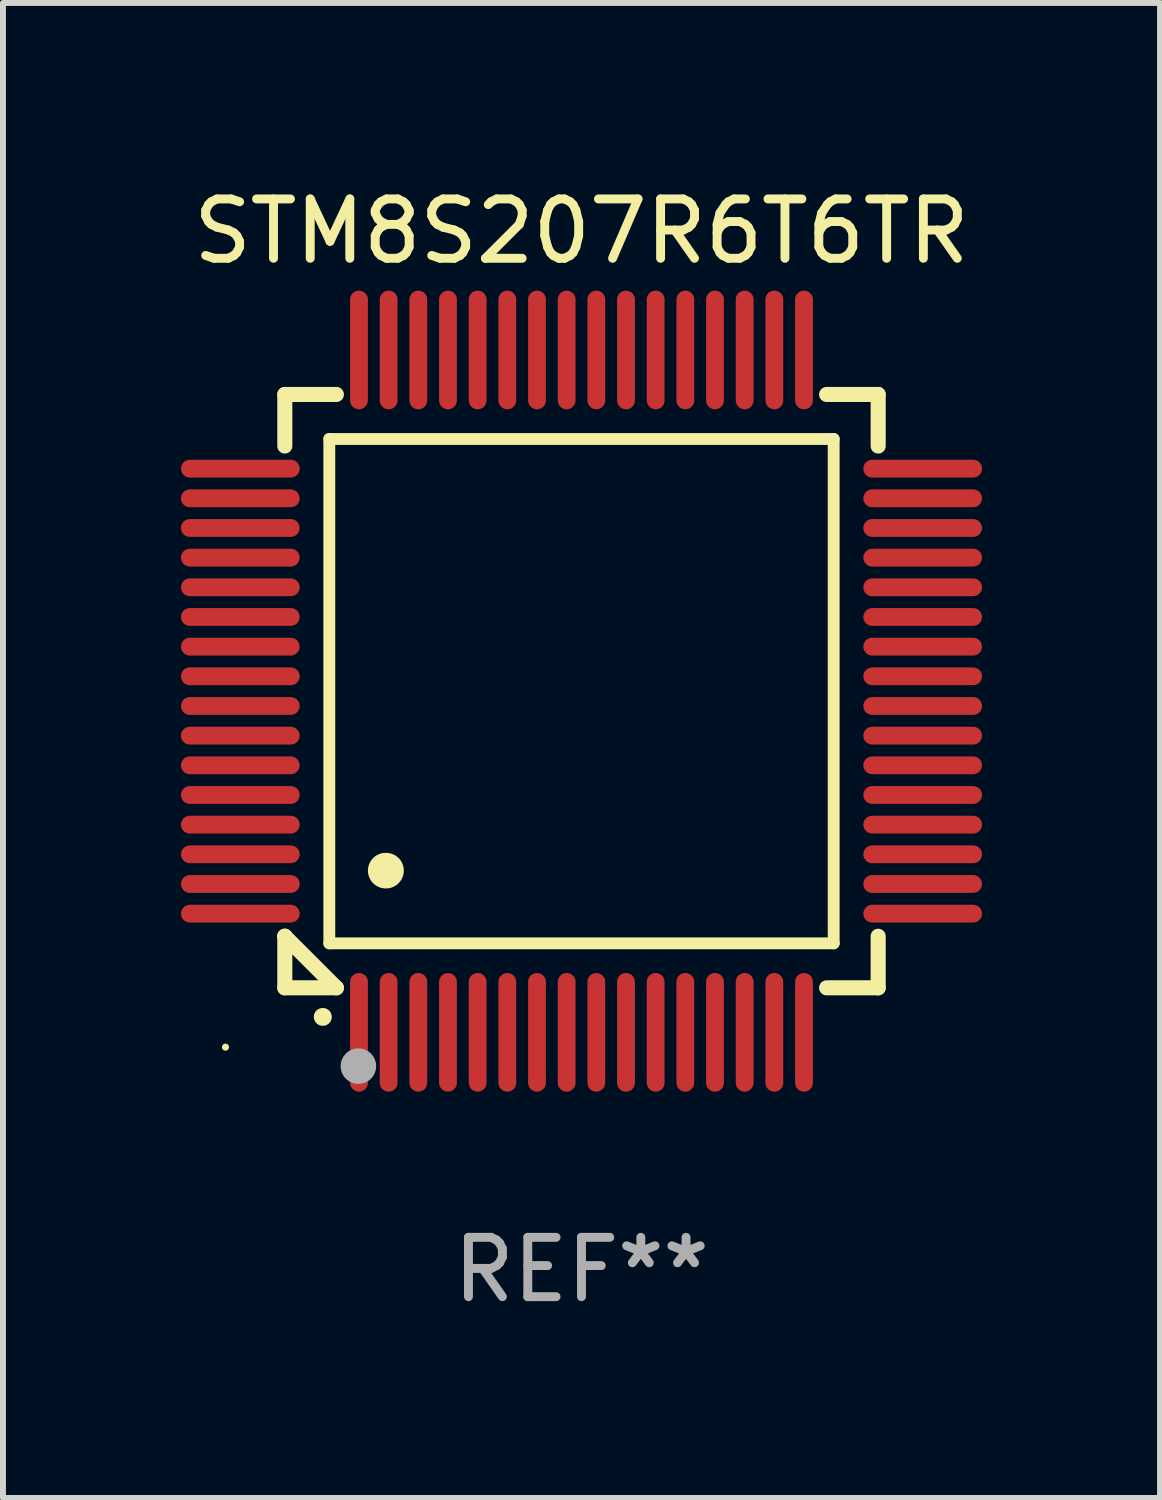
<source format=kicad_pcb>
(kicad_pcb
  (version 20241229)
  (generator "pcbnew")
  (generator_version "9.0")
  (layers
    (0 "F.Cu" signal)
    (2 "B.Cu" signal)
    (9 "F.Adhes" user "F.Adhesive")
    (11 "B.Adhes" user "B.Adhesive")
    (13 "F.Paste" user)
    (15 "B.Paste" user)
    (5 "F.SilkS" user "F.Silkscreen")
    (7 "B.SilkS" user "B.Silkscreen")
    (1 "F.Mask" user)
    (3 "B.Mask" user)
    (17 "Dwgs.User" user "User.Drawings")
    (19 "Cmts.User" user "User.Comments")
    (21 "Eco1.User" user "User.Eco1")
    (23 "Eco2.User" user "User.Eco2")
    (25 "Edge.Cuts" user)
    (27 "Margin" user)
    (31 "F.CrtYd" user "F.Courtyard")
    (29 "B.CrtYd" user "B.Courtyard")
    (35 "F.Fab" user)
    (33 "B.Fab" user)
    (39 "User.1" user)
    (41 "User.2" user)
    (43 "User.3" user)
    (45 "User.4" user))
  (footprint "STM8S207R6T6TR"
    (layer "F.Cu")
    (at 6.75 8.598)
    (property "Reference" "STM8S207R6T6TR" (at 0 -7.75 0) (layer "F.SilkS") (effects (font (size 1 1) (thickness 0.15))))
    (attr through_hole)
    (fp_line (start -5 -5) (end -4.131 -5) (stroke (width 0.254) (type solid)) (layer "F.SilkS"))
    (fp_line (start -5 -4.131) (end -5 -5) (stroke (width 0.254) (type solid)) (layer "F.SilkS"))
    (fp_line (start -5 4.131) (end -5 4.131) (stroke (width 0.254) (type solid)) (layer "F.SilkS"))
    (fp_line (start -5 5) (end -5 4.131) (stroke (width 0.254) (type solid)) (layer "F.SilkS"))
    (fp_line (start -5 4.131) (end -4.131 5) (stroke (width 0.254) (type solid)) (layer "F.SilkS"))
    (fp_line (start -4.25 -4.25) (end -4.25 4.25) (stroke (width 0.2) (type solid)) (layer "F.SilkS"))
    (fp_line (start -4.25 4.25) (end 4.25 4.25) (stroke (width 0.2) (type solid)) (layer "F.SilkS"))
    (fp_line (start -4.131 5) (end -5 5) (stroke (width 0.254) (type solid)) (layer "F.SilkS"))
    (fp_line (start 4.25 -4.25) (end -4.25 -4.25) (stroke (width 0.2) (type solid)) (layer "F.SilkS"))
    (fp_line (start 4.25 4.25) (end 4.25 -4.25) (stroke (width 0.2) (type solid)) (layer "F.SilkS"))
    (fp_line (start 5 -5) (end 4.131 -5) (stroke (width 0.254) (type solid)) (layer "F.SilkS"))
    (fp_line (start 5 -5) (end 5 -4.131) (stroke (width 0.254) (type solid)) (layer "F.SilkS"))
    (fp_line (start 5 4.131) (end 5 5) (stroke (width 0.254) (type solid)) (layer "F.SilkS"))
    (fp_line (start 5 5) (end 4.131 5) (stroke (width 0.254) (type solid)) (layer "F.SilkS"))
    (fp_arc (start -4.361265 5.489992) (mid -4.359995 5.489987) (end -4.358725 5.489992) (stroke (width 0.3) (type solid)) (layer "F.SilkS"))
    (fp_arc (start -3.299467 3.025146) (mid -3.296927 3.025135) (end -3.294387 3.025146) (stroke (width 0.6) (type solid)) (layer "F.SilkS"))
    (fp_circle (center -6 6) (end -5.97 6) (stroke (width 0.06) (type solid)) (fill no) (layer "F.SilkS"))
    (fp_circle (center -3.76 6.32) (end -3.61 6.32) (stroke (width 0.3) (type solid)) (fill no) (layer "F.Fab"))
    (fp_text user "REF**" (at 0 9.75 0) (layer "F.Fab") (effects (font (size 1 1) (thickness 0.15))))
    (pad "1" smd oval (at -3.75 5.75) (size 0.3 2) (layers "F.Cu" "F.Mask" "F.Paste"))
    (pad "2" smd oval (at -3.25 5.75) (size 0.3 2) (layers "F.Cu" "F.Mask" "F.Paste"))
    (pad "3" smd oval (at -2.75 5.75) (size 0.3 2) (layers "F.Cu" "F.Mask" "F.Paste"))
    (pad "4" smd oval (at -2.25 5.75) (size 0.3 2) (layers "F.Cu" "F.Mask" "F.Paste"))
    (pad "5" smd oval (at -1.75 5.75) (size 0.3 2) (layers "F.Cu" "F.Mask" "F.Paste"))
    (pad "6" smd oval (at -1.25 5.75) (size 0.3 2) (layers "F.Cu" "F.Mask" "F.Paste"))
    (pad "7" smd oval (at -0.75 5.75) (size 0.3 2) (layers "F.Cu" "F.Mask" "F.Paste"))
    (pad "8" smd oval (at -0.25 5.75) (size 0.3 2) (layers "F.Cu" "F.Mask" "F.Paste"))
    (pad "9" smd oval (at 0.25 5.75) (size 0.3 2) (layers "F.Cu" "F.Mask" "F.Paste"))
    (pad "10" smd oval (at 0.75 5.75) (size 0.3 2) (layers "F.Cu" "F.Mask" "F.Paste"))
    (pad "11" smd oval (at 1.25 5.75) (size 0.3 2) (layers "F.Cu" "F.Mask" "F.Paste"))
    (pad "12" smd oval (at 1.75 5.75) (size 0.3 2) (layers "F.Cu" "F.Mask" "F.Paste"))
    (pad "13" smd oval (at 2.25 5.75) (size 0.3 2) (layers "F.Cu" "F.Mask" "F.Paste"))
    (pad "14" smd oval (at 2.75 5.75) (size 0.3 2) (layers "F.Cu" "F.Mask" "F.Paste"))
    (pad "15" smd oval (at 3.25 5.75) (size 0.3 2) (layers "F.Cu" "F.Mask" "F.Paste"))
    (pad "16" smd oval (at 3.75 5.75) (size 0.3 2) (layers "F.Cu" "F.Mask" "F.Paste"))
    (pad "17" smd oval (at 5.75 3.75) (size 2 0.3) (layers "F.Cu" "F.Mask" "F.Paste"))
    (pad "18" smd oval (at 5.75 3.25) (size 2 0.3) (layers "F.Cu" "F.Mask" "F.Paste"))
    (pad "19" smd oval (at 5.75 2.75) (size 2 0.3) (layers "F.Cu" "F.Mask" "F.Paste"))
    (pad "20" smd oval (at 5.75 2.25) (size 2 0.3) (layers "F.Cu" "F.Mask" "F.Paste"))
    (pad "21" smd oval (at 5.75 1.75) (size 2 0.3) (layers "F.Cu" "F.Mask" "F.Paste"))
    (pad "22" smd oval (at 5.75 1.25) (size 2 0.3) (layers "F.Cu" "F.Mask" "F.Paste"))
    (pad "23" smd oval (at 5.75 0.75) (size 2 0.3) (layers "F.Cu" "F.Mask" "F.Paste"))
    (pad "24" smd oval (at 5.75 0.25) (size 2 0.3) (layers "F.Cu" "F.Mask" "F.Paste"))
    (pad "25" smd oval (at 5.75 -0.25) (size 2 0.3) (layers "F.Cu" "F.Mask" "F.Paste"))
    (pad "26" smd oval (at 5.75 -0.75) (size 2 0.3) (layers "F.Cu" "F.Mask" "F.Paste"))
    (pad "27" smd oval (at 5.75 -1.25) (size 2 0.3) (layers "F.Cu" "F.Mask" "F.Paste"))
    (pad "28" smd oval (at 5.75 -1.75) (size 2 0.3) (layers "F.Cu" "F.Mask" "F.Paste"))
    (pad "29" smd oval (at 5.75 -2.25) (size 2 0.3) (layers "F.Cu" "F.Mask" "F.Paste"))
    (pad "30" smd oval (at 5.75 -2.75) (size 2 0.3) (layers "F.Cu" "F.Mask" "F.Paste"))
    (pad "31" smd oval (at 5.75 -3.25) (size 2 0.3) (layers "F.Cu" "F.Mask" "F.Paste"))
    (pad "32" smd oval (at 5.75 -3.75) (size 2 0.3) (layers "F.Cu" "F.Mask" "F.Paste"))
    (pad "33" smd oval (at 3.75 -5.75) (size 0.3 2) (layers "F.Cu" "F.Mask" "F.Paste"))
    (pad "34" smd oval (at 3.25 -5.75) (size 0.3 2) (layers "F.Cu" "F.Mask" "F.Paste"))
    (pad "35" smd oval (at 2.75 -5.75) (size 0.3 2) (layers "F.Cu" "F.Mask" "F.Paste"))
    (pad "36" smd oval (at 2.25 -5.75) (size 0.3 2) (layers "F.Cu" "F.Mask" "F.Paste"))
    (pad "37" smd oval (at 1.75 -5.75) (size 0.3 2) (layers "F.Cu" "F.Mask" "F.Paste"))
    (pad "38" smd oval (at 1.25 -5.75) (size 0.3 2) (layers "F.Cu" "F.Mask" "F.Paste"))
    (pad "39" smd oval (at 0.75 -5.75) (size 0.3 2) (layers "F.Cu" "F.Mask" "F.Paste"))
    (pad "40" smd oval (at 0.25 -5.75) (size 0.3 2) (layers "F.Cu" "F.Mask" "F.Paste"))
    (pad "41" smd oval (at -0.25 -5.75) (size 0.3 2) (layers "F.Cu" "F.Mask" "F.Paste"))
    (pad "42" smd oval (at -0.75 -5.75) (size 0.3 2) (layers "F.Cu" "F.Mask" "F.Paste"))
    (pad "43" smd oval (at -1.25 -5.75) (size 0.3 2) (layers "F.Cu" "F.Mask" "F.Paste"))
    (pad "44" smd oval (at -1.75 -5.75) (size 0.3 2) (layers "F.Cu" "F.Mask" "F.Paste"))
    (pad "45" smd oval (at -2.25 -5.75) (size 0.3 2) (layers "F.Cu" "F.Mask" "F.Paste"))
    (pad "46" smd oval (at -2.75 -5.75) (size 0.3 2) (layers "F.Cu" "F.Mask" "F.Paste"))
    (pad "47" smd oval (at -3.25 -5.75) (size 0.3 2) (layers "F.Cu" "F.Mask" "F.Paste"))
    (pad "48" smd oval (at -3.75 -5.75) (size 0.3 2) (layers "F.Cu" "F.Mask" "F.Paste"))
    (pad "49" smd oval (at -5.75 -3.75) (size 2 0.3) (layers "F.Cu" "F.Mask" "F.Paste"))
    (pad "50" smd oval (at -5.75 -3.25) (size 2 0.3) (layers "F.Cu" "F.Mask" "F.Paste"))
    (pad "51" smd oval (at -5.75 -2.75) (size 2 0.3) (layers "F.Cu" "F.Mask" "F.Paste"))
    (pad "52" smd oval (at -5.75 -2.25) (size 2 0.3) (layers "F.Cu" "F.Mask" "F.Paste"))
    (pad "53" smd oval (at -5.75 -1.75) (size 2 0.3) (layers "F.Cu" "F.Mask" "F.Paste"))
    (pad "54" smd oval (at -5.75 -1.25) (size 2 0.3) (layers "F.Cu" "F.Mask" "F.Paste"))
    (pad "55" smd oval (at -5.75 -0.75) (size 2 0.3) (layers "F.Cu" "F.Mask" "F.Paste"))
    (pad "56" smd oval (at -5.75 -0.25) (size 2 0.3) (layers "F.Cu" "F.Mask" "F.Paste"))
    (pad "57" smd oval (at -5.75 0.25) (size 2 0.3) (layers "F.Cu" "F.Mask" "F.Paste"))
    (pad "58" smd oval (at -5.75 0.75) (size 2 0.3) (layers "F.Cu" "F.Mask" "F.Paste"))
    (pad "59" smd oval (at -5.75 1.25) (size 2 0.3) (layers "F.Cu" "F.Mask" "F.Paste"))
    (pad "60" smd oval (at -5.75 1.75) (size 2 0.3) (layers "F.Cu" "F.Mask" "F.Paste"))
    (pad "61" smd oval (at -5.75 2.25) (size 2 0.3) (layers "F.Cu" "F.Mask" "F.Paste"))
    (pad "62" smd oval (at -5.75 2.75) (size 2 0.3) (layers "F.Cu" "F.Mask" "F.Paste"))
    (pad "63" smd oval (at -5.75 3.25) (size 2 0.3) (layers "F.Cu" "F.Mask" "F.Paste"))
    (pad "64" smd oval (at -5.75 3.75) (size 2 0.3) (layers "F.Cu" "F.Mask" "F.Paste")))
  (gr_rect
    (start -3 -3)
    (end 16.5 22.196)
    (stroke (width 0.1) (type default))
    (fill no)
    (layer "Edge.Cuts")))
</source>
